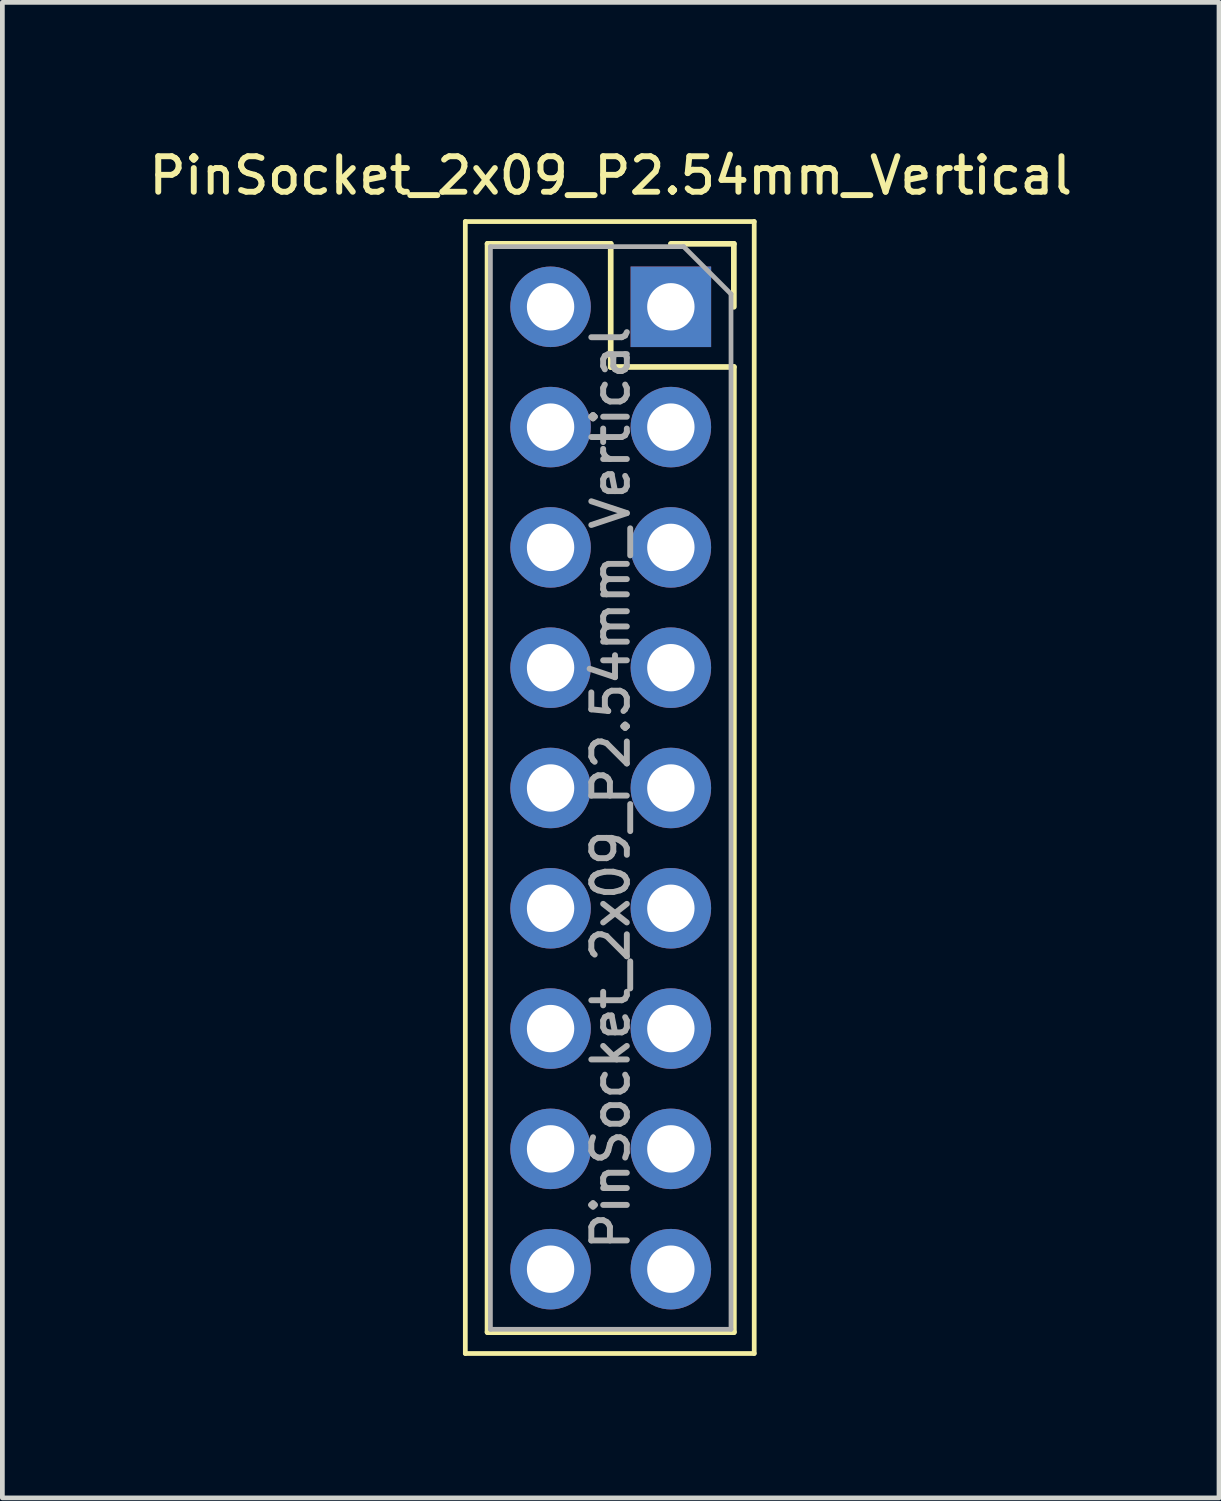
<source format=kicad_pcb>
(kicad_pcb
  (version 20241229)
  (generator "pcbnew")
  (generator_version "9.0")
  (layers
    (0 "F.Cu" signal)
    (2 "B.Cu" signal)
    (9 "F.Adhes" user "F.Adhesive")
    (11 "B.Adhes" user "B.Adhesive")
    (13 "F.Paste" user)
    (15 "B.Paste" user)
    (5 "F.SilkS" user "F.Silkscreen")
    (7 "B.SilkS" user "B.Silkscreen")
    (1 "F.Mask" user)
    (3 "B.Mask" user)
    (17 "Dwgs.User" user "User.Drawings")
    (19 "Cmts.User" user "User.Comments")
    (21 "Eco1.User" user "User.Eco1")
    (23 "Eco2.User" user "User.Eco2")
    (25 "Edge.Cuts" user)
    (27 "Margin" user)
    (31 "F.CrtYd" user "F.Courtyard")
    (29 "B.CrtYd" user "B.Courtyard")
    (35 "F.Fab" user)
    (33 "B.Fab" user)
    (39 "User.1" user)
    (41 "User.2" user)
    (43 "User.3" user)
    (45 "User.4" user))
  (footprint "PinSocket_2x09_P2.54mm_Vertical"
    (layer "F.Cu")
    (at 11.115 3.428)
    (property "Reference" "PinSocket_2x09_P2.54mm_Vertical" (at -1.27 -2.77 0) (layer "F.SilkS") (effects (font (size 0.75 0.75) (thickness 0.125))))
    (attr through_hole)
    (fp_line (start -4.34 -1.8) (end 1.76 -1.8) (stroke (width 0.1) (type solid)) (layer "F.SilkS"))
    (fp_line (start -4.34 22.1) (end -4.34 -1.8) (stroke (width 0.1) (type solid)) (layer "F.SilkS"))
    (fp_line (start -3.87 -1.33) (end -3.87 21.65) (stroke (width 0.12) (type solid)) (layer "F.SilkS"))
    (fp_line (start -3.87 -1.33) (end -1.27 -1.33) (stroke (width 0.12) (type solid)) (layer "F.SilkS"))
    (fp_line (start -3.87 21.65) (end 1.33 21.65) (stroke (width 0.12) (type solid)) (layer "F.SilkS"))
    (fp_line (start -1.27 -1.33) (end -1.27 1.27) (stroke (width 0.12) (type solid)) (layer "F.SilkS"))
    (fp_line (start -1.27 1.27) (end 1.33 1.27) (stroke (width 0.12) (type solid)) (layer "F.SilkS"))
    (fp_line (start 0 -1.33) (end 1.33 -1.33) (stroke (width 0.12) (type solid)) (layer "F.SilkS"))
    (fp_line (start 1.33 -1.33) (end 1.33 0) (stroke (width 0.12) (type solid)) (layer "F.SilkS"))
    (fp_line (start 1.33 1.27) (end 1.33 21.65) (stroke (width 0.12) (type solid)) (layer "F.SilkS"))
    (fp_line (start 1.76 -1.8) (end 1.76 22.1) (stroke (width 0.1) (type solid)) (layer "F.SilkS"))
    (fp_line (start 1.76 22.1) (end -4.34 22.1) (stroke (width 0.1) (type solid)) (layer "F.SilkS"))
    (fp_line (start -3.81 -1.27) (end 0.27 -1.27) (stroke (width 0.1) (type solid)) (layer "F.Fab"))
    (fp_line (start -3.81 21.59) (end -3.81 -1.27) (stroke (width 0.1) (type solid)) (layer "F.Fab"))
    (fp_line (start 0.27 -1.27) (end 1.27 -0.27) (stroke (width 0.1) (type solid)) (layer "F.Fab"))
    (fp_line (start 1.27 -0.27) (end 1.27 21.59) (stroke (width 0.1) (type solid)) (layer "F.Fab"))
    (fp_line (start 1.27 21.59) (end -3.81 21.59) (stroke (width 0.1) (type solid)) (layer "F.Fab"))
    (fp_text user "${REFERENCE}" (at -1.27 10.16 90) (layer "F.Fab") (effects (font (size 0.75 0.75) (thickness 0.125))))
    (pad "1" thru_hole rect (at 0 0) (size 1.7 1.7) (drill 1) (layers "*.Cu" "*.Mask"))
    (pad "2" thru_hole oval (at -2.54 0) (size 1.7 1.7) (drill 1) (layers "*.Cu" "*.Mask"))
    (pad "3" thru_hole oval (at 0 2.54) (size 1.7 1.7) (drill 1) (layers "*.Cu" "*.Mask"))
    (pad "4" thru_hole oval (at -2.54 2.54) (size 1.7 1.7) (drill 1) (layers "*.Cu" "*.Mask"))
    (pad "5" thru_hole oval (at 0 5.08) (size 1.7 1.7) (drill 1) (layers "*.Cu" "*.Mask"))
    (pad "6" thru_hole oval (at -2.54 5.08) (size 1.7 1.7) (drill 1) (layers "*.Cu" "*.Mask"))
    (pad "7" thru_hole oval (at 0 7.62) (size 1.7 1.7) (drill 1) (layers "*.Cu" "*.Mask"))
    (pad "8" thru_hole oval (at -2.54 7.62) (size 1.7 1.7) (drill 1) (layers "*.Cu" "*.Mask"))
    (pad "9" thru_hole oval (at 0 10.16) (size 1.7 1.7) (drill 1) (layers "*.Cu" "*.Mask"))
    (pad "10" thru_hole oval (at -2.54 10.16) (size 1.7 1.7) (drill 1) (layers "*.Cu" "*.Mask"))
    (pad "11" thru_hole oval (at 0 12.7) (size 1.7 1.7) (drill 1) (layers "*.Cu" "*.Mask"))
    (pad "12" thru_hole oval (at -2.54 12.7) (size 1.7 1.7) (drill 1) (layers "*.Cu" "*.Mask"))
    (pad "13" thru_hole oval (at 0 15.24) (size 1.7 1.7) (drill 1) (layers "*.Cu" "*.Mask"))
    (pad "14" thru_hole oval (at -2.54 15.24) (size 1.7 1.7) (drill 1) (layers "*.Cu" "*.Mask"))
    (pad "15" thru_hole oval (at 0 17.78) (size 1.7 1.7) (drill 1) (layers "*.Cu" "*.Mask"))
    (pad "16" thru_hole oval (at -2.54 17.78) (size 1.7 1.7) (drill 1) (layers "*.Cu" "*.Mask"))
    (pad "17" thru_hole oval (at 0 20.32) (size 1.7 1.7) (drill 1) (layers "*.Cu" "*.Mask"))
    (pad "18" thru_hole oval (at -2.54 20.32) (size 1.7 1.7) (drill 1) (layers "*.Cu" "*.Mask")))
  (gr_rect
    (start -3 -3)
    (end 22.689 28.578)
    (stroke (width 0.1) (type default))
    (fill no)
    (layer "Edge.Cuts")))
</source>
